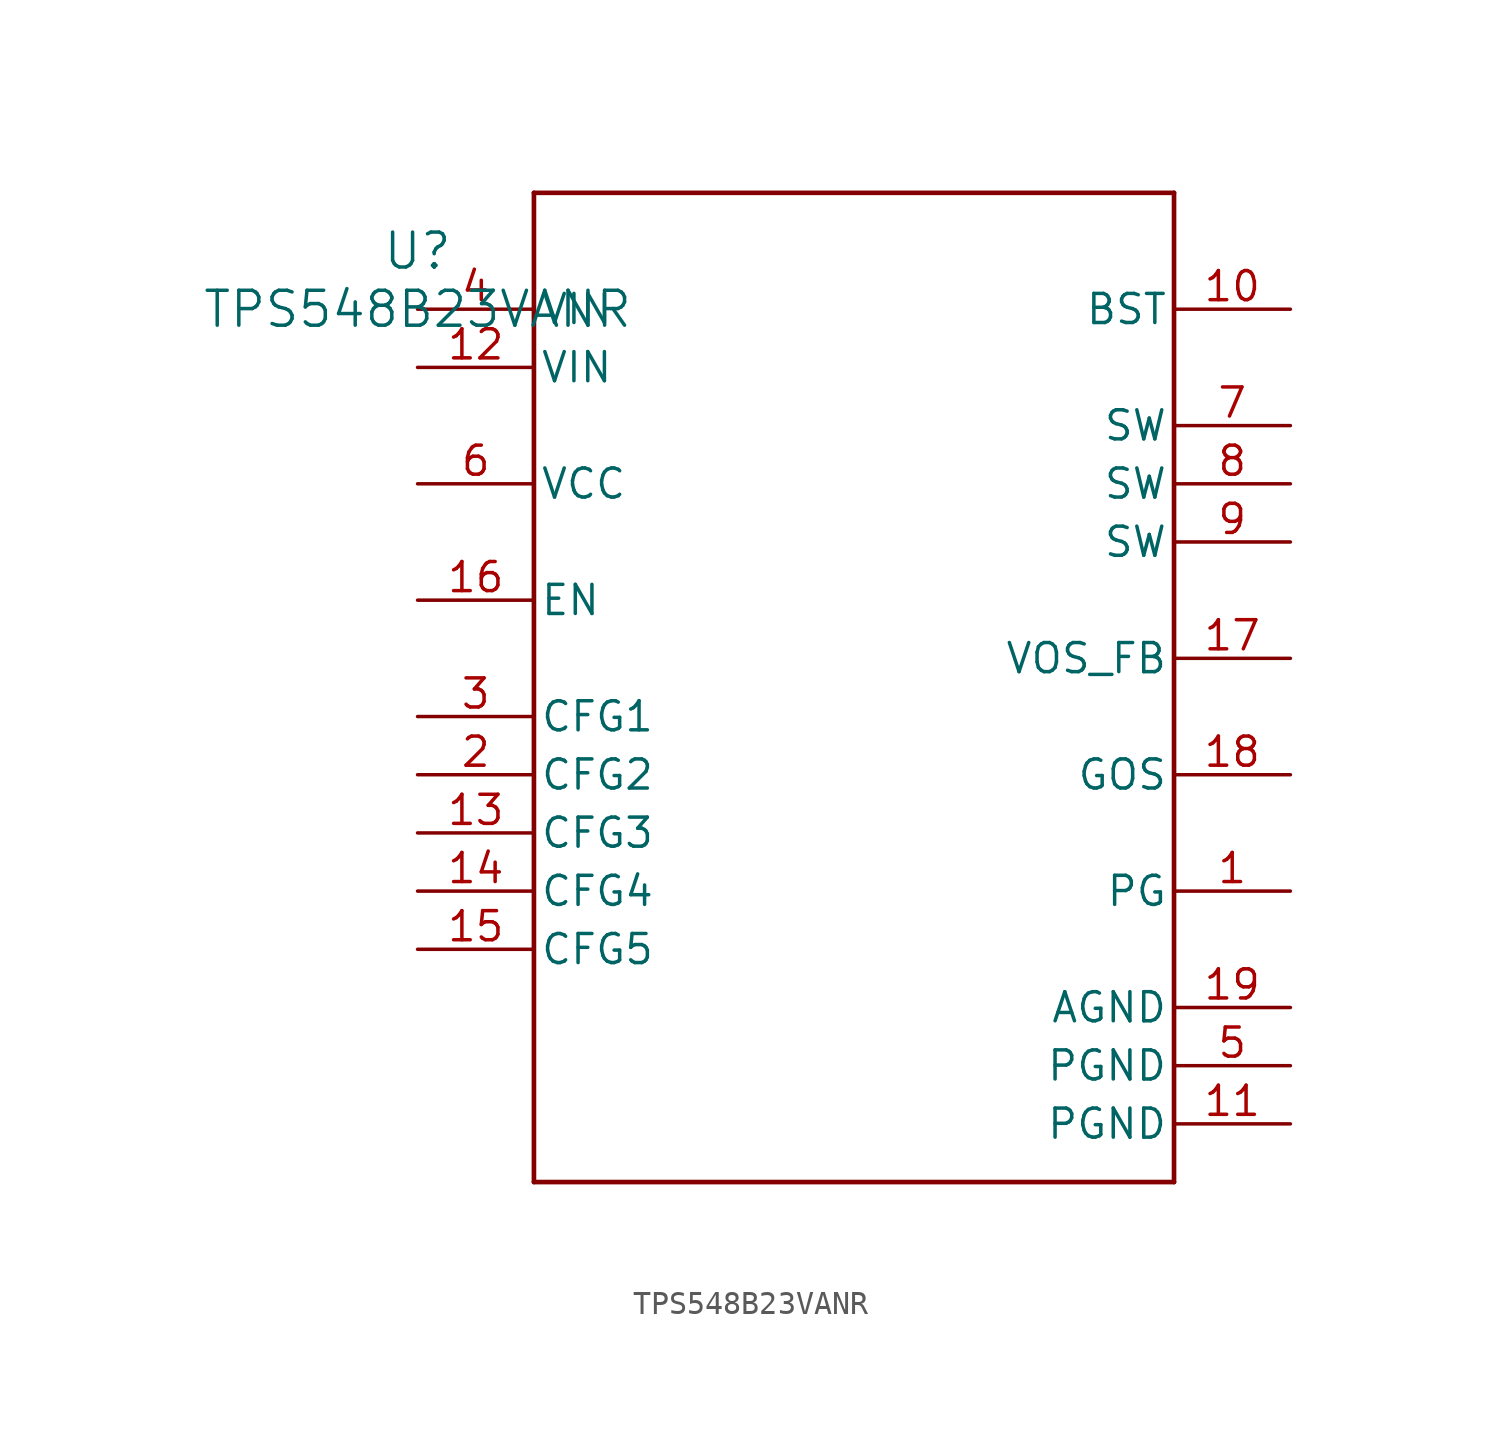
<source format=kicad_sym>
(kicad_symbol_lib
  (version 20211014)
  (generator kicad_symbol_editor)
  (symbol "TPS548B23VANR"
    (pin_names
      (offset 0.254))
    (property "Reference" "U"
      (at 0 2.54 0)
      (effects (font (size 1.524 1.524))))
    (property "Value" "TPS548B23VANR"
      (at 0 0 0)
      (effects (font (size 1.524 1.524))))
    (symbol "TPS548B23VANR_0_1"
      (polyline (pts (xy 5.08 -38.1) (xy 33.02 -38.1)) (stroke (width 0.203) (type default) (color 0 0 0 0)) (fill (type none)))
      (polyline (pts (xy 33.02 -38.1) (xy 33.02 5.08)) (stroke (width 0.203) (type default) (color 0 0 0 0)) (fill (type none)))
      (polyline (pts (xy 33.02 5.08) (xy 5.08 5.08)) (stroke (width 0.203) (type default) (color 0 0 0 0)) (fill (type none)))
      (polyline (pts (xy 5.08 5.08) (xy 5.08 -38.1)) (stroke (width 0.203) (type default) (color 0 0 0 0)) (fill (type none)))
      (pin open_collector line (at 38.1 -25.4 180) (length 5.08) (name "PG" (effects (font (size 1.27 1.27)))) (number "1" (effects (font (size 1.27 1.27)))))
      (pin input line (at 0 -20.32 0) (length 5.08) (name "CFG2" (effects (font (size 1.27 1.27)))) (number "2" (effects (font (size 1.27 1.27)))))
      (pin input line (at 0 -17.78 0) (length 5.08) (name "CFG1" (effects (font (size 1.27 1.27)))) (number "3" (effects (font (size 1.27 1.27)))))
      (pin power_in line (at 0 0 0) (length 5.08) (name "VIN" (effects (font (size 1.27 1.27)))) (number "4" (effects (font (size 1.27 1.27)))))
      (pin power_in line (at 38.1 -33.02 180) (length 5.08) (name "PGND" (effects (font (size 1.27 1.27)))) (number "5" (effects (font (size 1.27 1.27)))))
      (pin unspecified line (at 0 -7.62 0) (length 5.08) (name "VCC" (effects (font (size 1.27 1.27)))) (number "6" (effects (font (size 1.27 1.27)))))
      (pin unspecified line (at 38.1 -5.08 180) (length 5.08) (name "SW" (effects (font (size 1.27 1.27)))) (number "7" (effects (font (size 1.27 1.27)))))
      (pin unspecified line (at 38.1 -7.62 180) (length 5.08) (name "SW" (effects (font (size 1.27 1.27)))) (number "8" (effects (font (size 1.27 1.27)))))
      (pin unspecified line (at 38.1 -10.16 180) (length 5.08) (name "SW" (effects (font (size 1.27 1.27)))) (number "9" (effects (font (size 1.27 1.27)))))
      (pin unspecified line (at 38.1 0 180) (length 5.08) (name "BST" (effects (font (size 1.27 1.27)))) (number "10" (effects (font (size 1.27 1.27)))))
      (pin power_in line (at 38.1 -35.56 180) (length 5.08) (name "PGND" (effects (font (size 1.27 1.27)))) (number "11" (effects (font (size 1.27 1.27)))))
      (pin power_in line (at 0 -2.54 0) (length 5.08) (name "VIN" (effects (font (size 1.27 1.27)))) (number "12" (effects (font (size 1.27 1.27)))))
      (pin input line (at 0 -22.86 0) (length 5.08) (name "CFG3" (effects (font (size 1.27 1.27)))) (number "13" (effects (font (size 1.27 1.27)))))
      (pin input line (at 0 -25.4 0) (length 5.08) (name "CFG4" (effects (font (size 1.27 1.27)))) (number "14" (effects (font (size 1.27 1.27)))))
      (pin input line (at 0 -27.94 0) (length 5.08) (name "CFG5" (effects (font (size 1.27 1.27)))) (number "15" (effects (font (size 1.27 1.27)))))
      (pin input line (at 0 -12.7 0) (length 5.08) (name "EN" (effects (font (size 1.27 1.27)))) (number "16" (effects (font (size 1.27 1.27)))))
      (pin unspecified line (at 38.1 -15.24 180) (length 5.08) (name "VOS_FB" (effects (font (size 1.27 1.27)))) (number "17" (effects (font (size 1.27 1.27)))))
      (pin unspecified line (at 38.1 -20.32 180) (length 5.08) (name "GOS" (effects (font (size 1.27 1.27)))) (number "18" (effects (font (size 1.27 1.27)))))
      (pin power_in line (at 38.1 -30.48 180) (length 5.08) (name "AGND" (effects (font (size 1.27 1.27)))) (number "19" (effects (font (size 1.27 1.27))))))))
</source>
